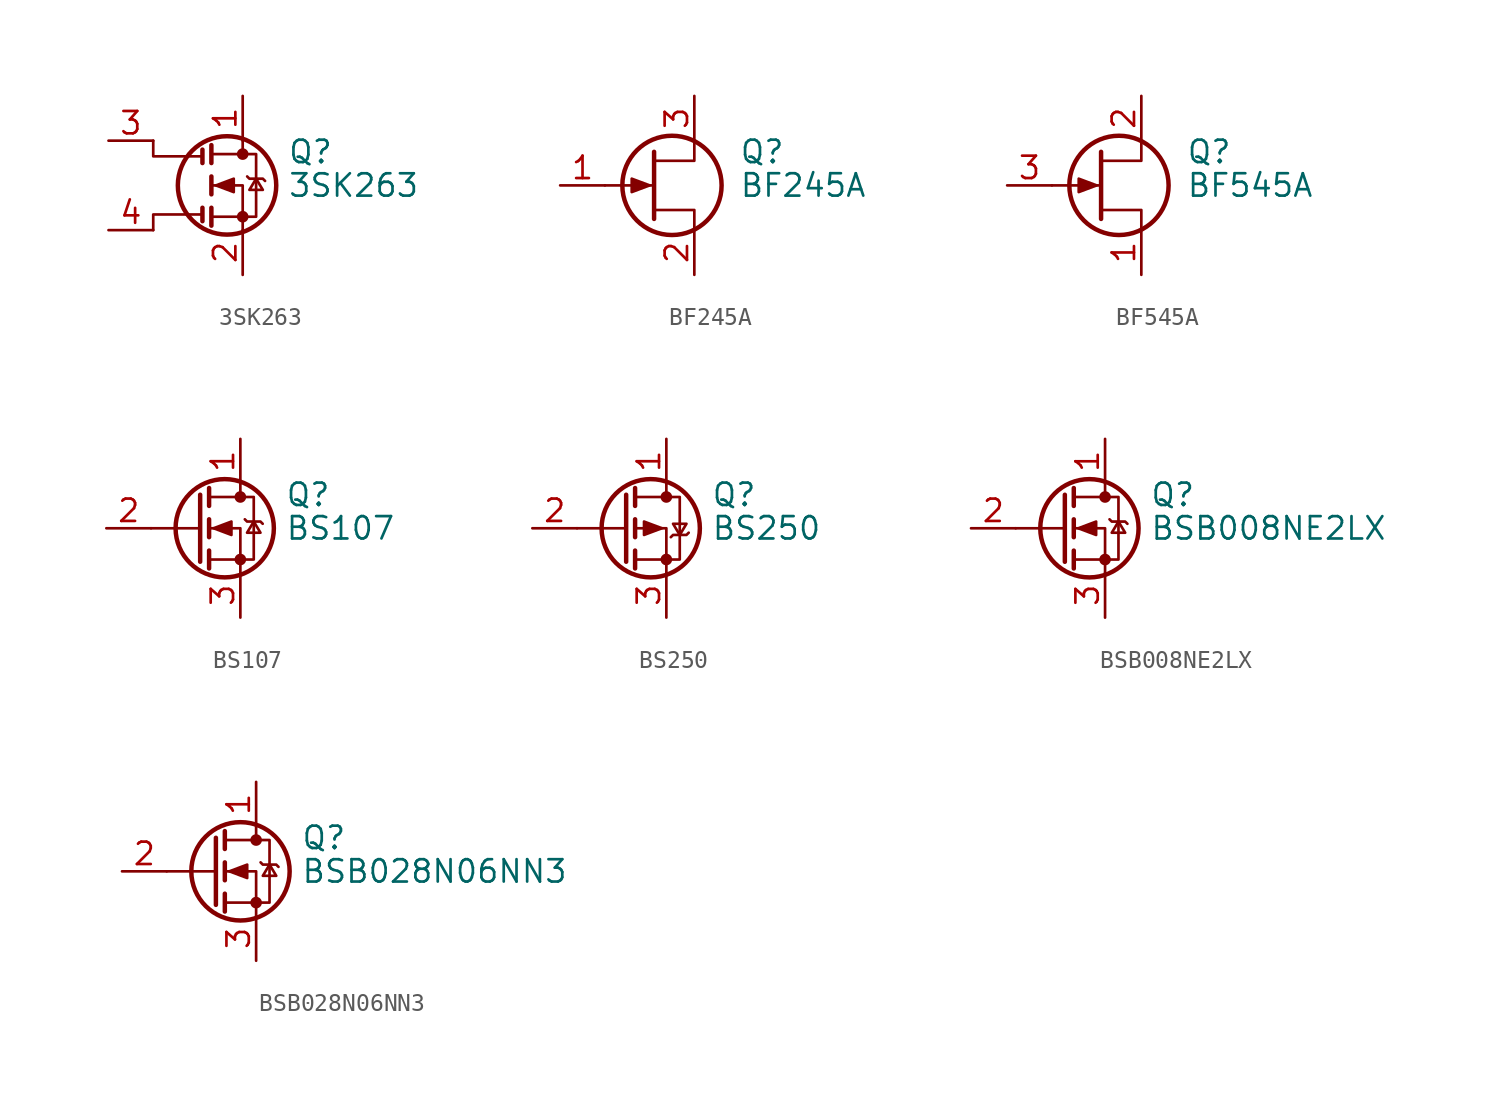
<source format=kicad_sym>
(kicad_symbol_lib
  (version 20241209)
  (generator "kicad_symbol_editor")
  (generator_version "9.0")
  (symbol "3SK263"
    (pin_names
      (hide yes))
    (property "Reference" "Q"
      (at 5.08 1.905 0)
      (effects (font (size 1.27 1.27)) (justify left)))
    (property "Value" "3SK263"
      (at 5.08 0 0)
      (effects (font (size 1.27 1.27)) (justify left)))
    (symbol "3SK263_0_1"
      (polyline (pts (xy 0.254 2.032) (xy 0.254 1.27)) (stroke (width 0.254) (type default)) (fill (type none)))
      (polyline (pts (xy 0.254 1.651) (xy -2.54 1.651) (xy -2.54 2.54)) (stroke (width 0) (type default)) (fill (type none)))
      (polyline (pts (xy 0.254 -1.651) (xy -2.54 -1.651) (xy -2.54 -2.54)) (stroke (width 0) (type default)) (fill (type none)))
      (polyline (pts (xy 0.254 -2.032) (xy 0.254 -1.27)) (stroke (width 0.254) (type default)) (fill (type none)))
      (polyline (pts (xy 0.762 2.286) (xy 0.762 1.27)) (stroke (width 0.254) (type default)) (fill (type none)))
      (polyline (pts (xy 0.762 0.508) (xy 0.762 -0.508)) (stroke (width 0.254) (type default)) (fill (type none)))
      (polyline (pts (xy 0.762 -1.27) (xy 0.762 -2.286)) (stroke (width 0.254) (type default)) (fill (type none)))
      (polyline (pts (xy 0.762 -1.778) (xy 3.302 -1.778) (xy 3.302 1.778) (xy 0.762 1.778)) (stroke (width 0) (type default)) (fill (type none)))
      (polyline (pts (xy 1.016 0) (xy 2.032 0.381) (xy 2.032 -0.381) (xy 1.016 0)) (stroke (width 0) (type default)) (fill (type outline)))
      (circle (center 1.651 0) (radius 2.794) (stroke (width 0.254) (type default)) (fill (type none)))
      (polyline (pts (xy 2.54 2.54) (xy 2.54 1.778)) (stroke (width 0) (type default)) (fill (type none)))
      (circle (center 2.54 1.778) (radius 0.254) (stroke (width 0) (type default)) (fill (type outline)))
      (circle (center 2.54 -1.778) (radius 0.254) (stroke (width 0) (type default)) (fill (type outline)))
      (polyline (pts (xy 2.54 -2.54) (xy 2.54 0) (xy 0.762 0)) (stroke (width 0) (type default)) (fill (type none)))
      (polyline (pts (xy 2.794 0.508) (xy 2.921 0.381) (xy 3.683 0.381) (xy 3.81 0.254)) (stroke (width 0) (type default)) (fill (type none)))
      (polyline (pts (xy 3.302 0.381) (xy 2.921 -0.254) (xy 3.683 -0.254) (xy 3.302 0.381)) (stroke (width 0) (type default)) (fill (type none))))
    (symbol "3SK263_1_1"
      (pin passive line (at -5.08 2.54 0) (length 2.54) (name "G1" (effects (font (size 1.27 1.27)))) (number "3" (effects (font (size 1.27 1.27)))))
      (pin passive line (at -5.08 -2.54 0) (length 2.54) (name "G2" (effects (font (size 1.27 1.27)))) (number "4" (effects (font (size 1.27 1.27)))))
      (pin passive line (at 2.54 5.08 270) (length 2.54) (name "D" (effects (font (size 1.27 1.27)))) (number "1" (effects (font (size 1.27 1.27)))))
      (pin passive line (at 2.54 -5.08 90) (length 2.54) (name "S" (effects (font (size 1.27 1.27)))) (number "2" (effects (font (size 1.27 1.27)))))))
  (symbol "BF245A"
    (pin_names
      (hide yes))
    (property "Reference" "Q"
      (at 5.08 1.905 0)
      (effects (font (size 1.27 1.27)) (justify left)))
    (property "Value" "BF245A"
      (at 5.08 0 0)
      (effects (font (size 1.27 1.27)) (justify left)))
    (symbol "BF245A_0_1"
      (polyline (pts (xy 0 0) (xy -1.016 0.381) (xy -1.016 -0.381) (xy 0 0)) (stroke (width 0) (type default)) (fill (type outline)))
      (polyline (pts (xy 0.254 1.905) (xy 0.254 -1.905)) (stroke (width 0.254) (type default)) (fill (type none)))
      (polyline (pts (xy 0.254 0) (xy -2.54 0)) (stroke (width 0) (type default)) (fill (type none)))
      (circle (center 1.27 0) (radius 2.819) (stroke (width 0.254) (type default)) (fill (type none)))
      (polyline (pts (xy 2.54 2.54) (xy 2.54 1.397) (xy 0.254 1.397)) (stroke (width 0) (type default)) (fill (type none)))
      (polyline (pts (xy 2.54 -2.54) (xy 2.54 -1.397) (xy 0.254 -1.397)) (stroke (width 0) (type default)) (fill (type none))))
    (symbol "BF245A_1_1"
      (pin input line (at -5.08 0 0) (length 2.54) (name "G" (effects (font (size 1.27 1.27)))) (number "1" (effects (font (size 1.27 1.27)))))
      (pin passive line (at 2.54 5.08 270) (length 2.54) (name "D" (effects (font (size 1.27 1.27)))) (number "3" (effects (font (size 1.27 1.27)))))
      (pin passive line (at 2.54 -5.08 90) (length 2.54) (name "S" (effects (font (size 1.27 1.27)))) (number "2" (effects (font (size 1.27 1.27)))))))
  (symbol "BF545A"
    (pin_names
      (hide yes))
    (property "Reference" "Q"
      (at 5.08 1.905 0)
      (effects (font (size 1.27 1.27)) (justify left)))
    (property "Value" "BF545A"
      (at 5.08 0 0)
      (effects (font (size 1.27 1.27)) (justify left)))
    (symbol "BF545A_0_1"
      (polyline (pts (xy 0 0) (xy -1.016 0.381) (xy -1.016 -0.381) (xy 0 0)) (stroke (width 0) (type default)) (fill (type outline)))
      (polyline (pts (xy 0.254 1.905) (xy 0.254 -1.905)) (stroke (width 0.254) (type default)) (fill (type none)))
      (polyline (pts (xy 0.254 0) (xy -2.54 0)) (stroke (width 0) (type default)) (fill (type none)))
      (circle (center 1.27 0) (radius 2.819) (stroke (width 0.254) (type default)) (fill (type none)))
      (polyline (pts (xy 2.54 2.54) (xy 2.54 1.397) (xy 0.254 1.397)) (stroke (width 0) (type default)) (fill (type none)))
      (polyline (pts (xy 2.54 -2.54) (xy 2.54 -1.397) (xy 0.254 -1.397)) (stroke (width 0) (type default)) (fill (type none))))
    (symbol "BF545A_1_1"
      (pin input line (at -5.08 0 0) (length 2.54) (name "G" (effects (font (size 1.27 1.27)))) (number "3" (effects (font (size 1.27 1.27)))))
      (pin passive line (at 2.54 5.08 270) (length 2.54) (name "D" (effects (font (size 1.27 1.27)))) (number "2" (effects (font (size 1.27 1.27)))))
      (pin passive line (at 2.54 -5.08 90) (length 2.54) (name "S" (effects (font (size 1.27 1.27)))) (number "1" (effects (font (size 1.27 1.27)))))))
  (symbol "BS107"
    (pin_names
      (hide yes))
    (property "Reference" "Q"
      (at 5.08 1.905 0)
      (effects (font (size 1.27 1.27)) (justify left)))
    (property "Value" "BS107"
      (at 5.08 0 0)
      (effects (font (size 1.27 1.27)) (justify left)))
    (symbol "BS107_0_1"
      (polyline (pts (xy 0.254 1.905) (xy 0.254 -1.905)) (stroke (width 0.254) (type default)) (fill (type none)))
      (polyline (pts (xy 0.254 0) (xy -2.54 0)) (stroke (width 0) (type default)) (fill (type none)))
      (polyline (pts (xy 0.762 2.286) (xy 0.762 1.27)) (stroke (width 0.254) (type default)) (fill (type none)))
      (polyline (pts (xy 0.762 0.508) (xy 0.762 -0.508)) (stroke (width 0.254) (type default)) (fill (type none)))
      (polyline (pts (xy 0.762 -1.27) (xy 0.762 -2.286)) (stroke (width 0.254) (type default)) (fill (type none)))
      (polyline (pts (xy 0.762 -1.778) (xy 3.302 -1.778) (xy 3.302 1.778) (xy 0.762 1.778)) (stroke (width 0) (type default)) (fill (type none)))
      (polyline (pts (xy 1.016 0) (xy 2.032 0.381) (xy 2.032 -0.381) (xy 1.016 0)) (stroke (width 0) (type default)) (fill (type outline)))
      (circle (center 1.651 0) (radius 2.794) (stroke (width 0.254) (type default)) (fill (type none)))
      (polyline (pts (xy 2.54 2.54) (xy 2.54 1.778)) (stroke (width 0) (type default)) (fill (type none)))
      (circle (center 2.54 1.778) (radius 0.254) (stroke (width 0) (type default)) (fill (type outline)))
      (circle (center 2.54 -1.778) (radius 0.254) (stroke (width 0) (type default)) (fill (type outline)))
      (polyline (pts (xy 2.54 -2.54) (xy 2.54 0) (xy 0.762 0)) (stroke (width 0) (type default)) (fill (type none)))
      (polyline (pts (xy 2.794 0.508) (xy 2.921 0.381) (xy 3.683 0.381) (xy 3.81 0.254)) (stroke (width 0) (type default)) (fill (type none)))
      (polyline (pts (xy 3.302 0.381) (xy 2.921 -0.254) (xy 3.683 -0.254) (xy 3.302 0.381)) (stroke (width 0) (type default)) (fill (type none))))
    (symbol "BS107_1_1"
      (pin input line (at -5.08 0 0) (length 2.54) (name "G" (effects (font (size 1.27 1.27)))) (number "2" (effects (font (size 1.27 1.27)))))
      (pin passive line (at 2.54 5.08 270) (length 2.54) (name "D" (effects (font (size 1.27 1.27)))) (number "1" (effects (font (size 1.27 1.27)))))
      (pin passive line (at 2.54 -5.08 90) (length 2.54) (name "S" (effects (font (size 1.27 1.27)))) (number "3" (effects (font (size 1.27 1.27)))))))
  (symbol "BS250"
    (pin_names
      (hide yes))
    (property "Reference" "Q"
      (at 5.08 1.905 0)
      (effects (font (size 1.27 1.27)) (justify left)))
    (property "Value" "BS250"
      (at 5.08 0 0)
      (effects (font (size 1.27 1.27)) (justify left)))
    (symbol "BS250_0_1"
      (polyline (pts (xy 0.254 1.905) (xy 0.254 -1.905)) (stroke (width 0.254) (type default)) (fill (type none)))
      (polyline (pts (xy 0.254 0) (xy -2.54 0)) (stroke (width 0) (type default)) (fill (type none)))
      (polyline (pts (xy 0.762 2.286) (xy 0.762 1.27)) (stroke (width 0.254) (type default)) (fill (type none)))
      (polyline (pts (xy 0.762 1.778) (xy 3.302 1.778) (xy 3.302 -1.778) (xy 0.762 -1.778)) (stroke (width 0) (type default)) (fill (type none)))
      (polyline (pts (xy 0.762 0.508) (xy 0.762 -0.508)) (stroke (width 0.254) (type default)) (fill (type none)))
      (polyline (pts (xy 0.762 -1.27) (xy 0.762 -2.286)) (stroke (width 0.254) (type default)) (fill (type none)))
      (circle (center 1.651 0) (radius 2.794) (stroke (width 0.254) (type default)) (fill (type none)))
      (polyline (pts (xy 2.286 0) (xy 1.27 0.381) (xy 1.27 -0.381) (xy 2.286 0)) (stroke (width 0) (type default)) (fill (type outline)))
      (polyline (pts (xy 2.54 2.54) (xy 2.54 1.778)) (stroke (width 0) (type default)) (fill (type none)))
      (circle (center 2.54 1.778) (radius 0.254) (stroke (width 0) (type default)) (fill (type outline)))
      (circle (center 2.54 -1.778) (radius 0.254) (stroke (width 0) (type default)) (fill (type outline)))
      (polyline (pts (xy 2.54 -2.54) (xy 2.54 0) (xy 0.762 0)) (stroke (width 0) (type default)) (fill (type none)))
      (polyline (pts (xy 2.794 -0.508) (xy 2.921 -0.381) (xy 3.683 -0.381) (xy 3.81 -0.254)) (stroke (width 0) (type default)) (fill (type none)))
      (polyline (pts (xy 3.302 -0.381) (xy 2.921 0.254) (xy 3.683 0.254) (xy 3.302 -0.381)) (stroke (width 0) (type default)) (fill (type none))))
    (symbol "BS250_1_1"
      (pin input line (at -5.08 0 0) (length 2.54) (name "G" (effects (font (size 1.27 1.27)))) (number "2" (effects (font (size 1.27 1.27)))))
      (pin passive line (at 2.54 5.08 270) (length 2.54) (name "D" (effects (font (size 1.27 1.27)))) (number "1" (effects (font (size 1.27 1.27)))))
      (pin passive line (at 2.54 -5.08 90) (length 2.54) (name "S" (effects (font (size 1.27 1.27)))) (number "3" (effects (font (size 1.27 1.27)))))))
  (symbol "BSB008NE2LX"
    (pin_names
      (hide yes))
    (property "Reference" "Q"
      (at 5.08 1.905 0)
      (effects (font (size 1.27 1.27)) (justify left)))
    (property "Value" "BSB008NE2LX"
      (at 5.08 0 0)
      (effects (font (size 1.27 1.27)) (justify left)))
    (symbol "BSB008NE2LX_0_1"
      (polyline (pts (xy 0.254 1.905) (xy 0.254 -1.905)) (stroke (width 0.254) (type default)) (fill (type none)))
      (polyline (pts (xy 0.254 0) (xy -2.54 0)) (stroke (width 0) (type default)) (fill (type none)))
      (polyline (pts (xy 0.762 2.286) (xy 0.762 1.27)) (stroke (width 0.254) (type default)) (fill (type none)))
      (polyline (pts (xy 0.762 0.508) (xy 0.762 -0.508)) (stroke (width 0.254) (type default)) (fill (type none)))
      (polyline (pts (xy 0.762 -1.27) (xy 0.762 -2.286)) (stroke (width 0.254) (type default)) (fill (type none)))
      (polyline (pts (xy 0.762 -1.778) (xy 3.302 -1.778) (xy 3.302 1.778) (xy 0.762 1.778)) (stroke (width 0) (type default)) (fill (type none)))
      (polyline (pts (xy 1.016 0) (xy 2.032 0.381) (xy 2.032 -0.381) (xy 1.016 0)) (stroke (width 0) (type default)) (fill (type outline)))
      (circle (center 1.651 0) (radius 2.794) (stroke (width 0.254) (type default)) (fill (type none)))
      (polyline (pts (xy 2.54 2.54) (xy 2.54 1.778)) (stroke (width 0) (type default)) (fill (type none)))
      (circle (center 2.54 1.778) (radius 0.254) (stroke (width 0) (type default)) (fill (type outline)))
      (circle (center 2.54 -1.778) (radius 0.254) (stroke (width 0) (type default)) (fill (type outline)))
      (polyline (pts (xy 2.54 -2.54) (xy 2.54 0) (xy 0.762 0)) (stroke (width 0) (type default)) (fill (type none)))
      (polyline (pts (xy 2.794 0.508) (xy 2.921 0.381) (xy 3.683 0.381) (xy 3.81 0.254)) (stroke (width 0) (type default)) (fill (type none)))
      (polyline (pts (xy 3.302 0.381) (xy 2.921 -0.254) (xy 3.683 -0.254) (xy 3.302 0.381)) (stroke (width 0) (type default)) (fill (type none))))
    (symbol "BSB008NE2LX_1_1"
      (pin input line (at -5.08 0 0) (length 2.54) (name "G" (effects (font (size 1.27 1.27)))) (number "2" (effects (font (size 1.27 1.27)))))
      (pin passive line (at 2.54 5.08 270) (length 2.54) (name "D" (effects (font (size 1.27 1.27)))) (number "1" (effects (font (size 1.27 1.27)))))
      (pin passive line (at 2.54 -5.08 90) (length 2.54) (name "S" (effects (font (size 1.27 1.27)))) (number "3" (effects (font (size 1.27 1.27)))))))
  (symbol "BSB028N06NN3"
    (pin_names
      (hide yes))
    (property "Reference" "Q"
      (at 5.08 1.905 0)
      (effects (font (size 1.27 1.27)) (justify left)))
    (property "Value" "BSB028N06NN3"
      (at 5.08 0 0)
      (effects (font (size 1.27 1.27)) (justify left)))
    (symbol "BSB028N06NN3_0_1"
      (polyline (pts (xy 0.254 1.905) (xy 0.254 -1.905)) (stroke (width 0.254) (type default)) (fill (type none)))
      (polyline (pts (xy 0.254 0) (xy -2.54 0)) (stroke (width 0) (type default)) (fill (type none)))
      (polyline (pts (xy 0.762 2.286) (xy 0.762 1.27)) (stroke (width 0.254) (type default)) (fill (type none)))
      (polyline (pts (xy 0.762 0.508) (xy 0.762 -0.508)) (stroke (width 0.254) (type default)) (fill (type none)))
      (polyline (pts (xy 0.762 -1.27) (xy 0.762 -2.286)) (stroke (width 0.254) (type default)) (fill (type none)))
      (polyline (pts (xy 0.762 -1.778) (xy 3.302 -1.778) (xy 3.302 1.778) (xy 0.762 1.778)) (stroke (width 0) (type default)) (fill (type none)))
      (polyline (pts (xy 1.016 0) (xy 2.032 0.381) (xy 2.032 -0.381) (xy 1.016 0)) (stroke (width 0) (type default)) (fill (type outline)))
      (circle (center 1.651 0) (radius 2.794) (stroke (width 0.254) (type default)) (fill (type none)))
      (polyline (pts (xy 2.54 2.54) (xy 2.54 1.778)) (stroke (width 0) (type default)) (fill (type none)))
      (circle (center 2.54 1.778) (radius 0.254) (stroke (width 0) (type default)) (fill (type outline)))
      (circle (center 2.54 -1.778) (radius 0.254) (stroke (width 0) (type default)) (fill (type outline)))
      (polyline (pts (xy 2.54 -2.54) (xy 2.54 0) (xy 0.762 0)) (stroke (width 0) (type default)) (fill (type none)))
      (polyline (pts (xy 2.794 0.508) (xy 2.921 0.381) (xy 3.683 0.381) (xy 3.81 0.254)) (stroke (width 0) (type default)) (fill (type none)))
      (polyline (pts (xy 3.302 0.381) (xy 2.921 -0.254) (xy 3.683 -0.254) (xy 3.302 0.381)) (stroke (width 0) (type default)) (fill (type none))))
    (symbol "BSB028N06NN3_1_1"
      (pin input line (at -5.08 0 0) (length 2.54) (name "G" (effects (font (size 1.27 1.27)))) (number "2" (effects (font (size 1.27 1.27)))))
      (pin passive line (at 2.54 5.08 270) (length 2.54) (name "D" (effects (font (size 1.27 1.27)))) (number "1" (effects (font (size 1.27 1.27)))))
      (pin passive line (at 2.54 -5.08 90) (length 2.54) (name "S" (effects (font (size 1.27 1.27)))) (number "3" (effects (font (size 1.27 1.27))))))))
</source>
